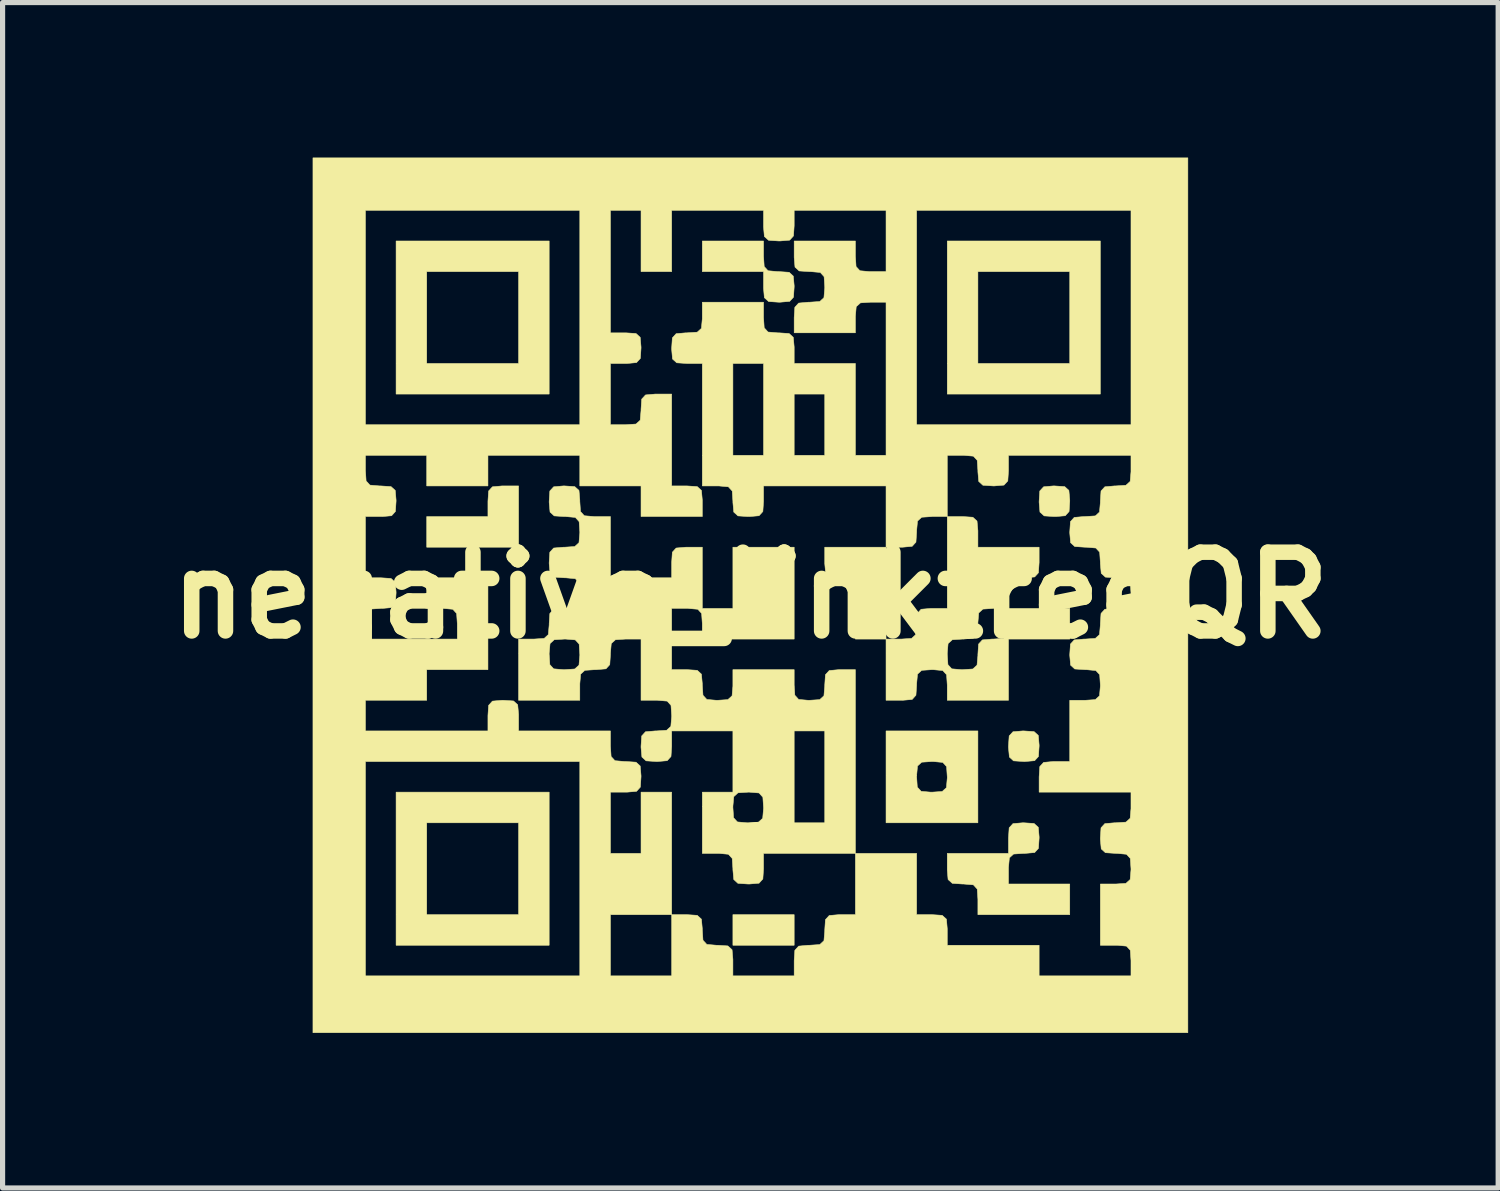
<source format=kicad_pcb>
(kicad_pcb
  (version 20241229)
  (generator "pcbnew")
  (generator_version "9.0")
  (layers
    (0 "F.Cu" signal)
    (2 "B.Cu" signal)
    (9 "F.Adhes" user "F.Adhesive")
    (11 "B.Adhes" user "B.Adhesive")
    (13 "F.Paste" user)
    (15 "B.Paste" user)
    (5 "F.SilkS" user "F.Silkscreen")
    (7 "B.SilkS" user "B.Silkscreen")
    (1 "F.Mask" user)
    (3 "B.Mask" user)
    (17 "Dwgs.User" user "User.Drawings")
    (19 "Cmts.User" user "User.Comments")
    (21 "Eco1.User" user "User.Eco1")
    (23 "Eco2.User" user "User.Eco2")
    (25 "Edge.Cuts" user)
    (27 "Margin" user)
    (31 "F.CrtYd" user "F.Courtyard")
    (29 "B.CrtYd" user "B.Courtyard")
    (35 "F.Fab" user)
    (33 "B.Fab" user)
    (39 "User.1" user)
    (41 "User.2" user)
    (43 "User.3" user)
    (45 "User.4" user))
  (footprint "negative_linktreeQR"
    (layer "F.Cu")
    (at 11.474 8.472)
    (property "Reference" "negative_linktreeQR" (at 0 0 0) (layer "F.SilkS") (effects (font (size 1.524 1.524) (thickness 0.3))))
    (attr through_hole)
    (fp_poly (pts (xy 0.847 6.773) (xy -0.339 6.773) (xy -0.339 6.181) (xy 0.847 6.181) (xy 0.847 6.773)) (stroke (width 0.01) (type solid)) (fill yes) (layer "F.SilkS"))
    (fp_poly (pts (xy -4.487 -0.931) (xy -6.265 -0.931) (xy -6.265 -1.524) (xy -5.08 -1.524) (xy -5.08 -1.82) (xy -5.067 -2.019) (xy -4.993 -2.1) (xy -4.806 -2.117) (xy -4.784 -2.117) (xy -4.487 -2.117) (xy -4.487 -0.931)) (stroke (width 0.01) (type solid)) (fill yes) (layer "F.SilkS"))
    (fp_poly (pts (xy 2.032 0.847) (xy 2.032 -0.339) (xy 1.736 -0.339) (xy 1.537 -0.352) (xy 1.456 -0.426) (xy 1.439 -0.612) (xy 1.439 -0.635) (xy 1.439 -0.931) (xy 2.625 -0.931) (xy 2.625 0.847) (xy 2.032 0.847)) (stroke (width 0.01) (type solid)) (fill yes) (layer "F.SilkS"))
    (fp_poly (pts (xy -3.895 -3.895) (xy -6.858 -3.895) (xy -6.858 -6.265) (xy -6.265 -6.265) (xy -6.265 -4.487) (xy -4.487 -4.487) (xy -4.487 -6.265) (xy -6.265 -6.265) (xy -6.858 -6.265) (xy -6.858 -6.858) (xy -3.895 -6.858) (xy -3.895 -3.895)) (stroke (width 0.01) (type solid)) (fill yes) (layer "F.SilkS"))
    (fp_poly (pts (xy -3.895 6.773) (xy -6.858 6.773) (xy -6.858 4.403) (xy -6.265 4.403) (xy -6.265 6.181) (xy -4.487 6.181) (xy -4.487 4.403) (xy -6.265 4.403) (xy -6.858 4.403) (xy -6.858 3.81) (xy -3.895 3.81) (xy -3.895 6.773)) (stroke (width 0.01) (type solid)) (fill yes) (layer "F.SilkS"))
    (fp_poly (pts (xy 6.773 -3.895) (xy 3.81 -3.895) (xy 3.81 -6.265) (xy 4.403 -6.265) (xy 4.403 -4.487) (xy 6.181 -4.487) (xy 6.181 -6.265) (xy 4.403 -6.265) (xy 3.81 -6.265) (xy 3.81 -6.858) (xy 6.773 -6.858) (xy 6.773 -3.895)) (stroke (width 0.01) (type solid)) (fill yes) (layer "F.SilkS"))
    (fp_poly (pts (xy 5.49 2.638) (xy 5.572 2.712) (xy 5.588 2.898) (xy 5.588 2.921) (xy 5.575 3.12) (xy 5.501 3.201) (xy 5.314 3.217) (xy 5.292 3.217) (xy 5.093 3.204) (xy 5.012 3.13) (xy 4.995 2.944) (xy 4.995 2.921) (xy 5.008 2.722) (xy 5.082 2.641) (xy 5.269 2.625) (xy 5.292 2.625) (xy 5.49 2.638)) (stroke (width 0.01) (type solid)) (fill yes) (layer "F.SilkS"))
    (fp_poly (pts (xy 6.083 -2.104) (xy 6.164 -2.03) (xy 6.181 -1.843) (xy 6.181 -1.82) (xy 6.168 -1.622) (xy 6.094 -1.54) (xy 5.907 -1.524) (xy 5.884 -1.524) (xy 5.686 -1.537) (xy 5.604 -1.611) (xy 5.588 -1.798) (xy 5.588 -1.82) (xy 5.601 -2.019) (xy 5.675 -2.1) (xy 5.862 -2.117) (xy 5.884 -2.117) (xy 6.083 -2.104)) (stroke (width 0.01) (type solid)) (fill yes) (layer "F.SilkS"))
    (fp_poly (pts (xy 0.254 -6.562) (xy 0.267 -6.363) (xy 0.341 -6.282) (xy 0.528 -6.265) (xy 0.55 -6.265) (xy 0.749 -6.252) (xy 0.83 -6.178) (xy 0.847 -5.992) (xy 0.847 -5.969) (xy 0.834 -5.77) (xy 0.76 -5.689) (xy 0.573 -5.673) (xy 0.55 -5.673) (xy 0.352 -5.686) (xy 0.27 -5.76) (xy 0.254 -5.946) (xy 0.254 -5.969) (xy 0.254 -6.265) (xy -0.931 -6.265) (xy -0.931 -6.858) (xy 0.254 -6.858) (xy 0.254 -6.562)) (stroke (width 0.01) (type solid)) (fill yes) (layer "F.SilkS"))
    (fp_poly (pts (xy 4.403 4.403) (xy 2.625 4.403) (xy 2.625 3.514) (xy 3.217 3.514) (xy 3.23 3.712) (xy 3.304 3.794) (xy 3.491 3.81) (xy 3.514 3.81) (xy 3.712 3.797) (xy 3.794 3.723) (xy 3.81 3.536) (xy 3.81 3.514) (xy 3.797 3.315) (xy 3.723 3.234) (xy 3.536 3.217) (xy 3.514 3.217) (xy 3.315 3.23) (xy 3.234 3.304) (xy 3.217 3.491) (xy 3.217 3.514) (xy 2.625 3.514) (xy 2.625 2.625) (xy 4.403 2.625) (xy 4.403 4.403)) (stroke (width 0.01) (type solid)) (fill yes) (layer "F.SilkS"))
    (fp_poly (pts (xy 5.49 4.416) (xy 5.572 4.49) (xy 5.588 4.676) (xy 5.588 4.699) (xy 5.575 4.898) (xy 5.501 4.979) (xy 5.314 4.995) (xy 5.292 4.995) (xy 5.093 5.008) (xy 5.012 5.082) (xy 4.995 5.269) (xy 4.995 5.292) (xy 4.995 5.588) (xy 6.181 5.588) (xy 6.181 6.181) (xy 4.403 6.181) (xy 4.403 5.884) (xy 4.39 5.686) (xy 4.316 5.604) (xy 4.129 5.588) (xy 4.106 5.588) (xy 3.908 5.575) (xy 3.826 5.501) (xy 3.81 5.314) (xy 3.81 5.292) (xy 3.81 4.995) (xy 4.995 4.995) (xy 4.995 4.699) (xy 5.008 4.5) (xy 5.082 4.419) (xy 5.269 4.403) (xy 5.292 4.403) (xy 5.49 4.416)) (stroke (width 0.01) (type solid)) (fill yes) (layer "F.SilkS"))
    (fp_poly (pts (xy 2.921 0.847) (xy 3.12 0.834) (xy 3.201 0.76) (xy 3.217 0.573) (xy 3.217 0.55) (xy 3.23 0.352) (xy 3.304 0.27) (xy 3.491 0.254) (xy 3.514 0.254) (xy 3.81 0.254) (xy 3.81 -1.524) (xy 4.106 -1.524) (xy 4.305 -1.511) (xy 4.386 -1.437) (xy 4.403 -1.25) (xy 4.403 -1.228) (xy 4.403 -0.931) (xy 5.588 -0.931) (xy 5.588 -0.635) (xy 5.575 -0.436) (xy 5.501 -0.355) (xy 5.314 -0.339) (xy 5.292 -0.339) (xy 5.093 -0.326) (xy 5.012 -0.252) (xy 4.995 -0.065) (xy 4.995 -0.042) (xy 4.995 0.254) (xy 6.181 0.254) (xy 6.181 0.847) (xy 4.995 0.847) (xy 4.995 2.032) (xy 3.81 2.032) (xy 3.81 1.736) (xy 3.797 1.537) (xy 3.723 1.456) (xy 3.536 1.439) (xy 3.514 1.439) (xy 3.315 1.452) (xy 3.234 1.526) (xy 3.217 1.713) (xy 3.217 1.736) (xy 3.204 1.934) (xy 3.13 2.016) (xy 2.944 2.032) (xy 2.921 2.032) (xy 2.625 2.032) (xy 2.625 1.143) (xy 3.81 1.143) (xy 3.823 1.342) (xy 3.897 1.423) (xy 4.084 1.439) (xy 4.106 1.439) (xy 4.305 1.426) (xy 4.386 1.352) (xy 4.403 1.166) (xy 4.403 1.143) (xy 4.416 0.944) (xy 4.49 0.863) (xy 4.676 0.847) (xy 4.699 0.847) (xy 4.898 0.834) (xy 4.979 0.76) (xy 4.995 0.573) (xy 4.995 0.55) (xy 4.982 0.352) (xy 4.908 0.27) (xy 4.722 0.254) (xy 4.699 0.254) (xy 4.5 0.267) (xy 4.419 0.341) (xy 4.403 0.528) (xy 4.403 0.55) (xy 4.39 0.749) (xy 4.316 0.83) (xy 4.129 0.847) (xy 4.106 0.847) (xy 3.908 0.86) (xy 3.826 0.934) (xy 3.81 1.12) (xy 3.81 1.143) (xy 2.625 1.143) (xy 2.625 0.847) (xy 2.921 0.847)) (stroke (width 0.01) (type solid)) (fill yes) (layer "F.SilkS"))
    (fp_poly (pts (xy -3.4 -2.104) (xy -3.318 -2.03) (xy -3.302 -1.843) (xy -3.302 -1.82) (xy -3.289 -1.622) (xy -3.215 -1.54) (xy -3.028 -1.524) (xy -3.006 -1.524) (xy -2.709 -1.524) (xy -2.709 -0.339) (xy -1.524 -0.339) (xy -1.524 -0.635) (xy -1.511 -0.834) (xy -1.437 -0.915) (xy -1.25 -0.931) (xy -1.228 -0.931) (xy -0.931 -0.931) (xy -0.931 0.254) (xy -0.339 0.254) (xy -0.339 -0.931) (xy 0.847 -0.931) (xy 0.847 0.847) (xy -0.931 0.847) (xy -0.931 0.55) (xy -0.944 0.352) (xy -1.018 0.27) (xy -1.205 0.254) (xy -1.228 0.254) (xy -1.524 0.254) (xy -1.524 1.439) (xy -1.228 1.439) (xy -1.029 1.452) (xy -0.948 1.526) (xy -0.931 1.713) (xy -0.931 1.736) (xy -0.918 1.934) (xy -0.844 2.016) (xy -0.658 2.032) (xy -0.635 2.032) (xy -0.436 2.019) (xy -0.355 1.945) (xy -0.339 1.758) (xy -0.339 1.736) (xy -0.339 1.439) (xy 0.847 1.439) (xy 0.847 1.736) (xy 0.86 1.934) (xy 0.934 2.016) (xy 1.12 2.032) (xy 1.143 2.032) (xy 1.342 2.019) (xy 1.423 1.945) (xy 1.439 1.758) (xy 1.439 1.736) (xy 1.452 1.537) (xy 1.526 1.456) (xy 1.713 1.439) (xy 1.736 1.439) (xy 2.032 1.439) (xy 2.032 4.995) (xy 0.254 4.995) (xy 0.254 5.292) (xy 0.241 5.49) (xy 0.167 5.572) (xy -0.02 5.588) (xy -0.042 5.588) (xy -0.241 5.575) (xy -0.322 5.501) (xy -0.339 5.314) (xy -0.339 5.292) (xy -0.352 5.093) (xy -0.426 5.012) (xy -0.612 4.995) (xy -0.635 4.995) (xy -0.931 4.995) (xy -0.931 4.106) (xy -0.339 4.106) (xy -0.326 4.305) (xy -0.252 4.386) (xy -0.065 4.403) (xy -0.042 4.403) (xy 0.156 4.39) (xy 0.238 4.316) (xy 0.254 4.129) (xy 0.254 4.106) (xy 0.241 3.908) (xy 0.167 3.826) (xy -0.02 3.81) (xy -0.042 3.81) (xy -0.241 3.823) (xy -0.322 3.897) (xy -0.339 4.084) (xy -0.339 4.106) (xy -0.931 4.106) (xy -0.931 3.81) (xy -0.339 3.81) (xy -0.339 2.625) (xy 0.847 2.625) (xy 0.847 4.403) (xy 1.439 4.403) (xy 1.439 2.625) (xy 0.847 2.625) (xy -0.339 2.625) (xy -1.524 2.625) (xy -1.524 2.921) (xy -1.537 3.12) (xy -1.611 3.201) (xy -1.798 3.217) (xy -1.82 3.217) (xy -2.019 3.204) (xy -2.1 3.13) (xy -2.117 2.944) (xy -2.117 2.921) (xy -2.104 2.722) (xy -2.03 2.641) (xy -1.843 2.625) (xy -1.82 2.625) (xy -1.622 2.612) (xy -1.54 2.538) (xy -1.524 2.351) (xy -1.524 2.328) (xy -1.537 2.13) (xy -1.611 2.048) (xy -1.798 2.032) (xy -1.82 2.032) (xy -2.117 2.032) (xy -2.117 0.847) (xy -2.413 0.847) (xy -2.612 0.86) (xy -2.693 0.934) (xy -2.709 1.12) (xy -2.709 1.143) (xy -2.722 1.342) (xy -2.796 1.423) (xy -2.983 1.439) (xy -3.006 1.439) (xy -3.204 1.452) (xy -3.286 1.526) (xy -3.302 1.713) (xy -3.302 1.736) (xy -3.302 2.032) (xy -4.487 2.032) (xy -4.487 1.143) (xy -3.895 1.143) (xy -3.882 1.342) (xy -3.808 1.423) (xy -3.621 1.439) (xy -3.598 1.439) (xy -3.4 1.426) (xy -3.318 1.352) (xy -3.302 1.166) (xy -3.302 1.143) (xy -3.315 0.944) (xy -3.389 0.863) (xy -3.576 0.847) (xy -3.598 0.847) (xy -3.797 0.86) (xy -3.878 0.934) (xy -3.895 1.12) (xy -3.895 1.143) (xy -4.487 1.143) (xy -4.487 0.847) (xy -4.191 0.847) (xy -3.992 0.834) (xy -3.911 0.76) (xy -3.895 0.573) (xy -3.895 0.55) (xy -3.882 0.352) (xy -3.808 0.27) (xy -3.621 0.254) (xy -3.598 0.254) (xy -3.4 0.241) (xy -3.318 0.167) (xy -3.302 -0.02) (xy -3.302 -0.042) (xy -3.315 -0.241) (xy -3.389 -0.322) (xy -3.576 -0.339) (xy -3.598 -0.339) (xy -3.797 -0.352) (xy -3.878 -0.426) (xy -3.895 -0.612) (xy -3.895 -0.635) (xy -3.882 -0.834) (xy -3.808 -0.915) (xy -3.621 -0.931) (xy -3.598 -0.931) (xy -3.4 -0.944) (xy -3.318 -1.018) (xy -3.302 -1.205) (xy -3.302 -1.228) (xy -3.315 -1.426) (xy -3.389 -1.508) (xy -3.576 -1.524) (xy -3.598 -1.524) (xy -3.797 -1.537) (xy -3.878 -1.611) (xy -3.895 -1.798) (xy -3.895 -1.82) (xy -3.882 -2.019) (xy -3.808 -2.1) (xy -3.621 -2.117) (xy -3.598 -2.117) (xy -3.4 -2.104)) (stroke (width 0.01) (type solid)) (fill yes) (layer "F.SilkS"))
    (fp_poly (pts (xy 8.467 8.467) (xy -8.467 8.467) (xy -8.467 3.217) (xy -7.451 3.217) (xy -7.451 7.366) (xy -3.302 7.366) (xy -3.302 6.181) (xy -2.709 6.181) (xy -2.709 7.366) (xy -1.524 7.366) (xy -1.524 6.181) (xy -2.709 6.181) (xy -3.302 6.181) (xy -3.302 3.217) (xy -7.451 3.217) (xy -8.467 3.217) (xy -8.467 -2.709) (xy -7.451 -2.709) (xy -7.451 -2.413) (xy -7.438 -2.214) (xy -7.364 -2.133) (xy -7.177 -2.117) (xy -7.154 -2.117) (xy -6.956 -2.104) (xy -6.874 -2.03) (xy -6.858 -1.843) (xy -6.858 -1.82) (xy -6.871 -1.622) (xy -6.945 -1.54) (xy -7.132 -1.524) (xy -7.154 -1.524) (xy -7.451 -1.524) (xy -7.451 -0.339) (xy -7.154 -0.339) (xy -6.956 -0.326) (xy -6.874 -0.252) (xy -6.858 -0.065) (xy -6.858 -0.042) (xy -6.871 0.156) (xy -6.945 0.238) (xy -7.132 0.254) (xy -7.154 0.254) (xy -7.353 0.267) (xy -7.434 0.341) (xy -7.451 0.528) (xy -7.451 0.55) (xy -7.451 0.847) (xy -5.673 0.847) (xy -5.673 0.55) (xy -5.686 0.352) (xy -5.76 0.27) (xy -5.946 0.254) (xy -5.969 0.254) (xy -6.168 0.241) (xy -6.249 0.167) (xy -6.265 -0.02) (xy -6.265 -0.042) (xy -6.265 -0.339) (xy -5.08 -0.339) (xy -5.08 1.439) (xy -6.265 1.439) (xy -6.265 2.032) (xy -7.451 2.032) (xy -7.451 2.625) (xy -5.08 2.625) (xy -5.08 2.328) (xy -5.067 2.13) (xy -4.993 2.048) (xy -4.806 2.032) (xy -4.784 2.032) (xy -4.585 2.045) (xy -4.504 2.119) (xy -4.487 2.306) (xy -4.487 2.328) (xy -4.487 2.625) (xy -2.709 2.625) (xy -2.709 2.921) (xy -2.696 3.12) (xy -2.622 3.201) (xy -2.436 3.217) (xy -2.413 3.217) (xy -2.214 3.23) (xy -2.133 3.304) (xy -2.117 3.491) (xy -2.117 3.514) (xy -2.13 3.712) (xy -2.204 3.794) (xy -2.39 3.81) (xy -2.413 3.81) (xy -2.709 3.81) (xy -2.709 4.995) (xy -2.117 4.995) (xy -2.117 3.81) (xy -1.524 3.81) (xy -1.524 6.181) (xy -1.228 6.181) (xy -1.029 6.194) (xy -0.948 6.268) (xy -0.931 6.454) (xy -0.931 6.477) (xy -0.918 6.676) (xy -0.844 6.757) (xy -0.658 6.773) (xy -0.635 6.773) (xy -0.436 6.786) (xy -0.355 6.86) (xy -0.339 7.047) (xy -0.339 7.07) (xy -0.339 7.366) (xy 0.847 7.366) (xy 0.847 7.07) (xy 0.86 6.871) (xy 0.934 6.79) (xy 1.12 6.773) (xy 1.143 6.773) (xy 1.342 6.76) (xy 1.423 6.686) (xy 1.439 6.5) (xy 1.439 6.477) (xy 1.452 6.278) (xy 1.526 6.197) (xy 1.713 6.181) (xy 1.736 6.181) (xy 2.032 6.181) (xy 2.032 4.995) (xy 3.217 4.995) (xy 3.217 6.181) (xy 3.514 6.181) (xy 3.712 6.194) (xy 3.794 6.268) (xy 3.81 6.454) (xy 3.81 6.477) (xy 3.81 6.773) (xy 5.588 6.773) (xy 5.588 7.366) (xy 7.366 7.366) (xy 7.366 7.07) (xy 7.353 6.871) (xy 7.279 6.79) (xy 7.092 6.773) (xy 7.07 6.773) (xy 6.773 6.773) (xy 6.773 5.588) (xy 7.07 5.588) (xy 7.268 5.575) (xy 7.35 5.501) (xy 7.366 5.314) (xy 7.366 5.292) (xy 7.353 5.093) (xy 7.279 5.012) (xy 7.092 4.995) (xy 7.07 4.995) (xy 6.871 4.982) (xy 6.79 4.908) (xy 6.773 4.722) (xy 6.773 4.699) (xy 6.786 4.5) (xy 6.86 4.419) (xy 7.047 4.403) (xy 7.07 4.403) (xy 7.268 4.39) (xy 7.35 4.316) (xy 7.366 4.129) (xy 7.366 4.106) (xy 7.366 3.81) (xy 5.588 3.81) (xy 5.588 3.514) (xy 5.601 3.315) (xy 5.675 3.234) (xy 5.862 3.217) (xy 5.884 3.217) (xy 6.181 3.217) (xy 6.181 2.032) (xy 6.477 2.032) (xy 6.676 2.019) (xy 6.757 1.945) (xy 6.773 1.758) (xy 6.773 1.736) (xy 6.76 1.537) (xy 6.686 1.456) (xy 6.5 1.439) (xy 6.477 1.439) (xy 6.278 1.426) (xy 6.197 1.352) (xy 6.181 1.166) (xy 6.181 1.143) (xy 6.194 0.944) (xy 6.268 0.863) (xy 6.454 0.847) (xy 6.477 0.847) (xy 6.676 0.834) (xy 6.757 0.76) (xy 6.773 0.573) (xy 6.773 0.55) (xy 6.786 0.352) (xy 6.86 0.27) (xy 7.047 0.254) (xy 7.07 0.254) (xy 7.268 0.241) (xy 7.35 0.167) (xy 7.366 -0.02) (xy 7.366 -0.042) (xy 7.353 -0.241) (xy 7.279 -0.322) (xy 7.092 -0.339) (xy 7.07 -0.339) (xy 6.871 -0.352) (xy 6.79 -0.426) (xy 6.773 -0.612) (xy 6.773 -0.635) (xy 6.76 -0.834) (xy 6.686 -0.915) (xy 6.5 -0.931) (xy 6.477 -0.931) (xy 6.278 -0.944) (xy 6.197 -1.018) (xy 6.181 -1.205) (xy 6.181 -1.228) (xy 6.194 -1.426) (xy 6.268 -1.508) (xy 6.454 -1.524) (xy 6.477 -1.524) (xy 6.676 -1.537) (xy 6.757 -1.611) (xy 6.773 -1.798) (xy 6.773 -1.82) (xy 6.786 -2.019) (xy 6.86 -2.1) (xy 7.047 -2.117) (xy 7.07 -2.117) (xy 7.268 -2.13) (xy 7.35 -2.204) (xy 7.366 -2.39) (xy 7.366 -2.413) (xy 7.366 -2.709) (xy 4.995 -2.709) (xy 4.995 -2.413) (xy 4.982 -2.214) (xy 4.908 -2.133) (xy 4.722 -2.117) (xy 4.699 -2.117) (xy 4.5 -2.13) (xy 4.419 -2.204) (xy 4.403 -2.39) (xy 4.403 -2.413) (xy 4.39 -2.612) (xy 4.316 -2.693) (xy 4.129 -2.709) (xy 4.106 -2.709) (xy 3.81 -2.709) (xy 3.81 -1.524) (xy 3.514 -1.524) (xy 3.315 -1.511) (xy 3.234 -1.437) (xy 3.217 -1.25) (xy 3.217 -1.228) (xy 3.204 -1.029) (xy 3.13 -0.948) (xy 2.944 -0.931) (xy 2.921 -0.931) (xy 2.625 -0.931) (xy 2.625 -2.117) (xy 0.254 -2.117) (xy 0.254 -1.82) (xy 0.241 -1.622) (xy 0.167 -1.54) (xy -0.02 -1.524) (xy -0.042 -1.524) (xy -0.241 -1.537) (xy -0.322 -1.611) (xy -0.339 -1.798) (xy -0.339 -1.82) (xy -0.352 -2.019) (xy -0.426 -2.1) (xy -0.612 -2.117) (xy -0.635 -2.117) (xy -0.931 -2.117) (xy -0.931 -4.487) (xy -0.339 -4.487) (xy -0.339 -2.709) (xy 0.254 -2.709) (xy 0.254 -3.895) (xy 0.847 -3.895) (xy 0.847 -2.709) (xy 1.439 -2.709) (xy 1.439 -3.895) (xy 0.847 -3.895) (xy 0.254 -3.895) (xy 0.254 -4.487) (xy -0.339 -4.487) (xy -0.931 -4.487) (xy -1.228 -4.487) (xy -1.426 -4.5) (xy -1.508 -4.574) (xy -1.524 -4.761) (xy -1.524 -4.784) (xy -1.511 -4.982) (xy -1.437 -5.064) (xy -1.25 -5.08) (xy -1.228 -5.08) (xy -1.029 -5.093) (xy -0.948 -5.167) (xy -0.931 -5.354) (xy -0.931 -5.376) (xy -0.931 -5.673) (xy 0.254 -5.673) (xy 0.254 -5.376) (xy 0.267 -5.178) (xy 0.341 -5.096) (xy 0.528 -5.08) (xy 0.55 -5.08) (xy 0.749 -5.067) (xy 0.83 -4.993) (xy 0.847 -4.806) (xy 0.847 -4.784) (xy 0.847 -4.487) (xy 2.032 -4.487) (xy 2.032 -2.709) (xy 2.625 -2.709) (xy 2.625 -5.673) (xy 2.328 -5.673) (xy 2.13 -5.66) (xy 2.048 -5.586) (xy 2.032 -5.399) (xy 2.032 -5.376) (xy 2.032 -5.08) (xy 0.847 -5.08) (xy 0.847 -5.376) (xy 0.86 -5.575) (xy 0.934 -5.656) (xy 1.12 -5.673) (xy 1.143 -5.673) (xy 1.342 -5.686) (xy 1.423 -5.76) (xy 1.439 -5.946) (xy 1.439 -5.969) (xy 1.426 -6.168) (xy 1.352 -6.249) (xy 1.166 -6.265) (xy 1.143 -6.265) (xy 0.944 -6.278) (xy 0.863 -6.352) (xy 0.847 -6.539) (xy 0.847 -6.562) (xy 0.847 -6.858) (xy 2.032 -6.858) (xy 2.032 -6.562) (xy 2.045 -6.363) (xy 2.119 -6.282) (xy 2.306 -6.265) (xy 2.328 -6.265) (xy 2.625 -6.265) (xy 2.625 -7.451) (xy 3.217 -7.451) (xy 3.217 -3.302) (xy 7.366 -3.302) (xy 7.366 -7.451) (xy 3.217 -7.451) (xy 2.625 -7.451) (xy 0.847 -7.451) (xy 0.847 -7.154) (xy 0.834 -6.956) (xy 0.76 -6.874) (xy 0.573 -6.858) (xy 0.55 -6.858) (xy 0.352 -6.871) (xy 0.27 -6.945) (xy 0.254 -7.132) (xy 0.254 -7.154) (xy 0.254 -7.451) (xy -1.524 -7.451) (xy -1.524 -6.265) (xy -2.117 -6.265) (xy -2.117 -7.451) (xy -2.709 -7.451) (xy -2.709 -5.08) (xy -2.413 -5.08) (xy -2.214 -5.067) (xy -2.133 -4.993) (xy -2.117 -4.806) (xy -2.117 -4.784) (xy -2.13 -4.585) (xy -2.204 -4.504) (xy -2.39 -4.487) (xy -2.413 -4.487) (xy -2.709 -4.487) (xy -2.709 -3.302) (xy -2.413 -3.302) (xy -2.214 -3.315) (xy -2.133 -3.389) (xy -2.117 -3.576) (xy -2.117 -3.598) (xy -2.104 -3.797) (xy -2.03 -3.878) (xy -1.843 -3.895) (xy -1.82 -3.895) (xy -1.524 -3.895) (xy -1.524 -2.117) (xy -1.228 -2.117) (xy -1.029 -2.104) (xy -0.948 -2.03) (xy -0.931 -1.843) (xy -0.931 -1.82) (xy -0.931 -1.524) (xy -2.117 -1.524) (xy -2.117 -2.117) (xy -3.302 -2.117) (xy -3.302 -2.709) (xy -5.08 -2.709) (xy -5.08 -2.117) (xy -6.265 -2.117) (xy -6.265 -2.709) (xy -7.451 -2.709) (xy -8.467 -2.709) (xy -8.467 -7.451) (xy -7.451 -7.451) (xy -7.451 -3.302) (xy -3.302 -3.302) (xy -3.302 -7.451) (xy -7.451 -7.451) (xy -8.467 -7.451) (xy -8.467 -8.467) (xy 8.467 -8.467) (xy 8.467 8.467)) (stroke (width 0.01) (type solid)) (fill yes) (layer "F.SilkS")))
  (gr_rect
    (start -3 -3)
    (end 25.947 19.943)
    (stroke (width 0.1) (type default))
    (fill no)
    (layer "Edge.Cuts")))
</source>
